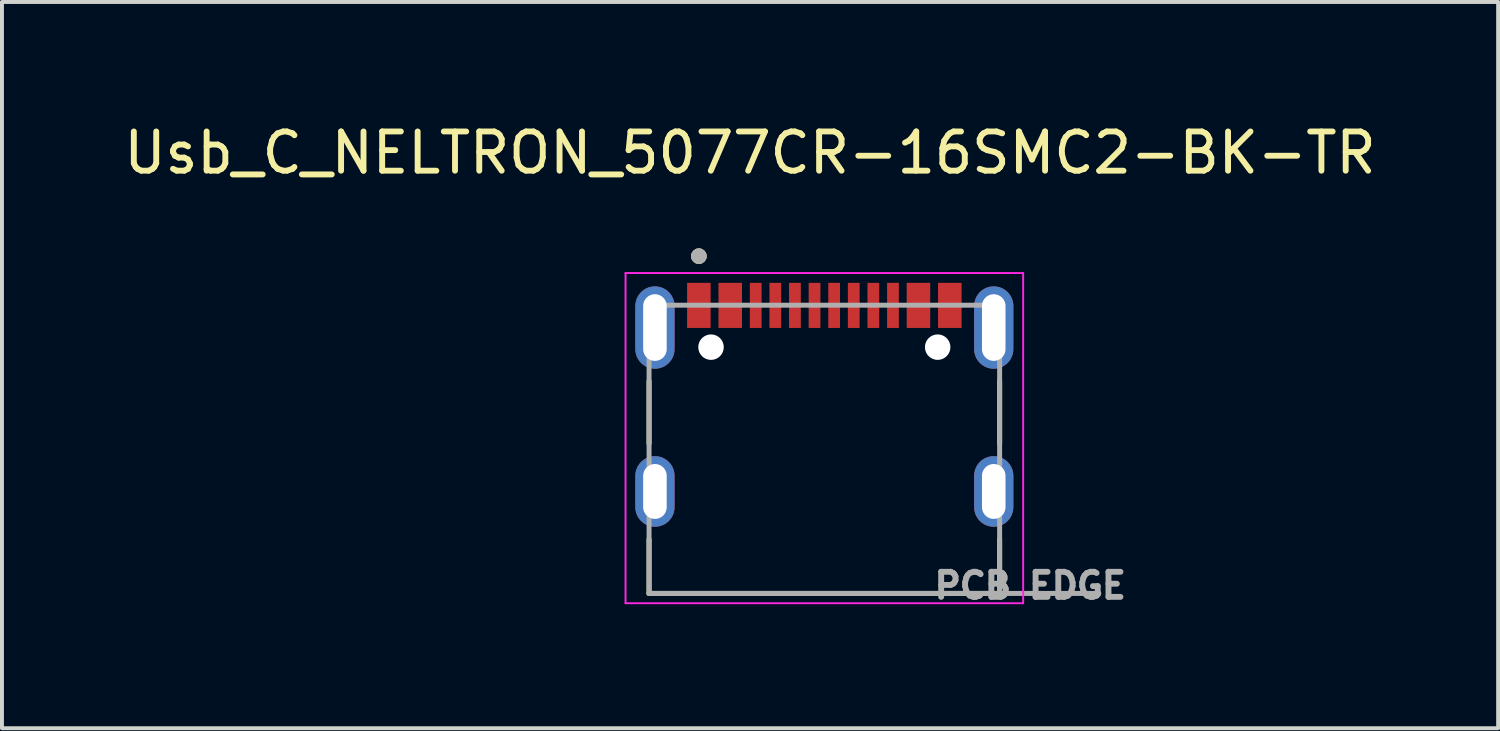
<source format=kicad_pcb>
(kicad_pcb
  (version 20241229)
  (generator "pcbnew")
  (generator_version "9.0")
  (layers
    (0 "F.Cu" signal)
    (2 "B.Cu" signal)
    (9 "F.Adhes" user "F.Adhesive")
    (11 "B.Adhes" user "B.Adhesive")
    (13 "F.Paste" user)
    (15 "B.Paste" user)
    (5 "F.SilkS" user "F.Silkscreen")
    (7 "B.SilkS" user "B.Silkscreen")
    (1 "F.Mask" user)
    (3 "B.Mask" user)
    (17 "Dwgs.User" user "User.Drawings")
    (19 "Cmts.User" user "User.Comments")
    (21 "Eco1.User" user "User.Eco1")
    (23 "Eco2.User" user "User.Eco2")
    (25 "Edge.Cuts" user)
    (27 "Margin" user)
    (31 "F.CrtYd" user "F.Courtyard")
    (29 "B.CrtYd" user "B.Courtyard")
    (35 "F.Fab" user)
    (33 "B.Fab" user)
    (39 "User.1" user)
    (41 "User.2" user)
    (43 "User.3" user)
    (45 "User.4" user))
  (footprint "Usb_C_NELTRON_5077CR-16SMC2-BK-TR"
    (layer "F.Cu")
    (at 17.972 5.803)
    (property "Reference" "Usb_C_NELTRON_5077CR-16SMC2-BK-TR" (at -1.895 -4.955 0) (layer "F.SilkS") (effects (font (size 1 1) (thickness 0.15))))
    (attr smd)
    (fp_line (start -4.47 2.46) (end -4.47 0.87) (stroke (width 0.127) (type solid)) (layer "F.SilkS"))
    (fp_line (start -4.47 6.28) (end -4.47 4.9) (stroke (width 0.127) (type solid)) (layer "F.SilkS"))
    (fp_line (start 4.47 2.46) (end 4.47 0.87) (stroke (width 0.127) (type solid)) (layer "F.SilkS"))
    (fp_line (start 4.47 6.28) (end -4.47 6.28) (stroke (width 0.127) (type solid)) (layer "F.SilkS"))
    (fp_line (start 4.47 6.28) (end 4.47 4.9) (stroke (width 0.127) (type solid)) (layer "F.SilkS"))
    (fp_circle (center -3.2 -2.32) (end -3.1 -2.32) (stroke (width 0.2) (type solid)) (fill no) (layer "F.SilkS"))
    (fp_line (start -5.07 -1.89) (end 5.07 -1.89) (stroke (width 0.05) (type solid)) (layer "F.CrtYd"))
    (fp_line (start -5.07 6.53) (end -5.07 -1.89) (stroke (width 0.05) (type solid)) (layer "F.CrtYd"))
    (fp_line (start 5.07 -1.89) (end 5.07 6.53) (stroke (width 0.05) (type solid)) (layer "F.CrtYd"))
    (fp_line (start 5.07 6.53) (end -5.07 6.53) (stroke (width 0.05) (type solid)) (layer "F.CrtYd"))
    (fp_line (start -4.47 -1.07) (end 4.47 -1.07) (stroke (width 0.127) (type solid)) (layer "F.Fab"))
    (fp_line (start -4.47 6.28) (end -4.47 -1.07) (stroke (width 0.127) (type solid)) (layer "F.Fab"))
    (fp_line (start -4.47 6.28) (end 4.47 6.28) (stroke (width 0.127) (type solid)) (layer "F.Fab"))
    (fp_line (start 4.47 -1.07) (end 4.47 6.28) (stroke (width 0.127) (type solid)) (layer "F.Fab"))
    (fp_line (start 4.47 6.28) (end 7 6.28) (stroke (width 0.127) (type solid)) (layer "F.Fab"))
    (fp_circle (center -3.2 -2.32) (end -3.1 -2.32) (stroke (width 0.2) (type solid)) (fill no) (layer "F.Fab"))
    (fp_text user "PCB EDGE" (at 5.25 6.08 0) (layer "F.Fab") (effects (font (size 0.64 0.64) (thickness 0.15))))
    (pad "" np_thru_hole circle (at -2.89 0) (size 0.65 0.65) (drill 0.65) (layers "*.Cu" "*.Mask"))
    (pad "" np_thru_hole circle (at 2.89 0) (size 0.65 0.65) (drill 0.65) (layers "*.Cu" "*.Mask"))
    (pad "A1_B12" smd rect (at -3.2 -1.065) (size 0.6 1.15) (layers "F.Cu" "F.Mask" "F.Paste"))
    (pad "A4_B9" smd rect (at -2.4 -1.065) (size 0.6 1.15) (layers "F.Cu" "F.Mask" "F.Paste"))
    (pad "A5" smd rect (at -1.25 -1.065) (size 0.3 1.15) (layers "F.Cu" "F.Mask" "F.Paste"))
    (pad "A6" smd rect (at -0.25 -1.065) (size 0.3 1.15) (layers "F.Cu" "F.Mask" "F.Paste"))
    (pad "A7" smd rect (at 0.25 -1.065) (size 0.3 1.15) (layers "F.Cu" "F.Mask" "F.Paste"))
    (pad "A8" smd rect (at 1.25 -1.065) (size 0.3 1.15) (layers "F.Cu" "F.Mask" "F.Paste"))
    (pad "B1_A12" smd rect (at 3.2 -1.065) (size 0.6 1.15) (layers "F.Cu" "F.Mask" "F.Paste"))
    (pad "B4_A9" smd rect (at 2.4 -1.065) (size 0.6 1.15) (layers "F.Cu" "F.Mask" "F.Paste"))
    (pad "B5" smd rect (at 1.75 -1.065) (size 0.3 1.15) (layers "F.Cu" "F.Mask" "F.Paste"))
    (pad "B6" smd rect (at 0.75 -1.065) (size 0.3 1.15) (layers "F.Cu" "F.Mask" "F.Paste"))
    (pad "B7" smd rect (at -0.75 -1.065) (size 0.3 1.15) (layers "F.Cu" "F.Mask" "F.Paste"))
    (pad "B8" smd rect (at -1.75 -1.065) (size 0.3 1.15) (layers "F.Cu" "F.Mask" "F.Paste"))
    (pad "S1" thru_hole oval (at -4.32 3.68) (size 1 1.8) (drill oval 0.6 1.4) (layers "*.Cu" "*.Mask"))
    (pad "S2" thru_hole oval (at 4.32 3.68) (size 1 1.8) (drill oval 0.6 1.4) (layers "*.Cu" "*.Mask"))
    (pad "S3" thru_hole oval (at -4.32 -0.5) (size 1 2.1) (drill oval 0.6 1.7) (layers "*.Cu" "*.Mask"))
    (pad "S4" thru_hole oval (at 4.32 -0.5) (size 1 2.1) (drill oval 0.6 1.7) (layers "*.Cu" "*.Mask")))
  (gr_rect
    (start -3 -3)
    (end 35.155 15.521)
    (stroke (width 0.1) (type default))
    (fill no)
    (layer "Edge.Cuts")))
</source>
